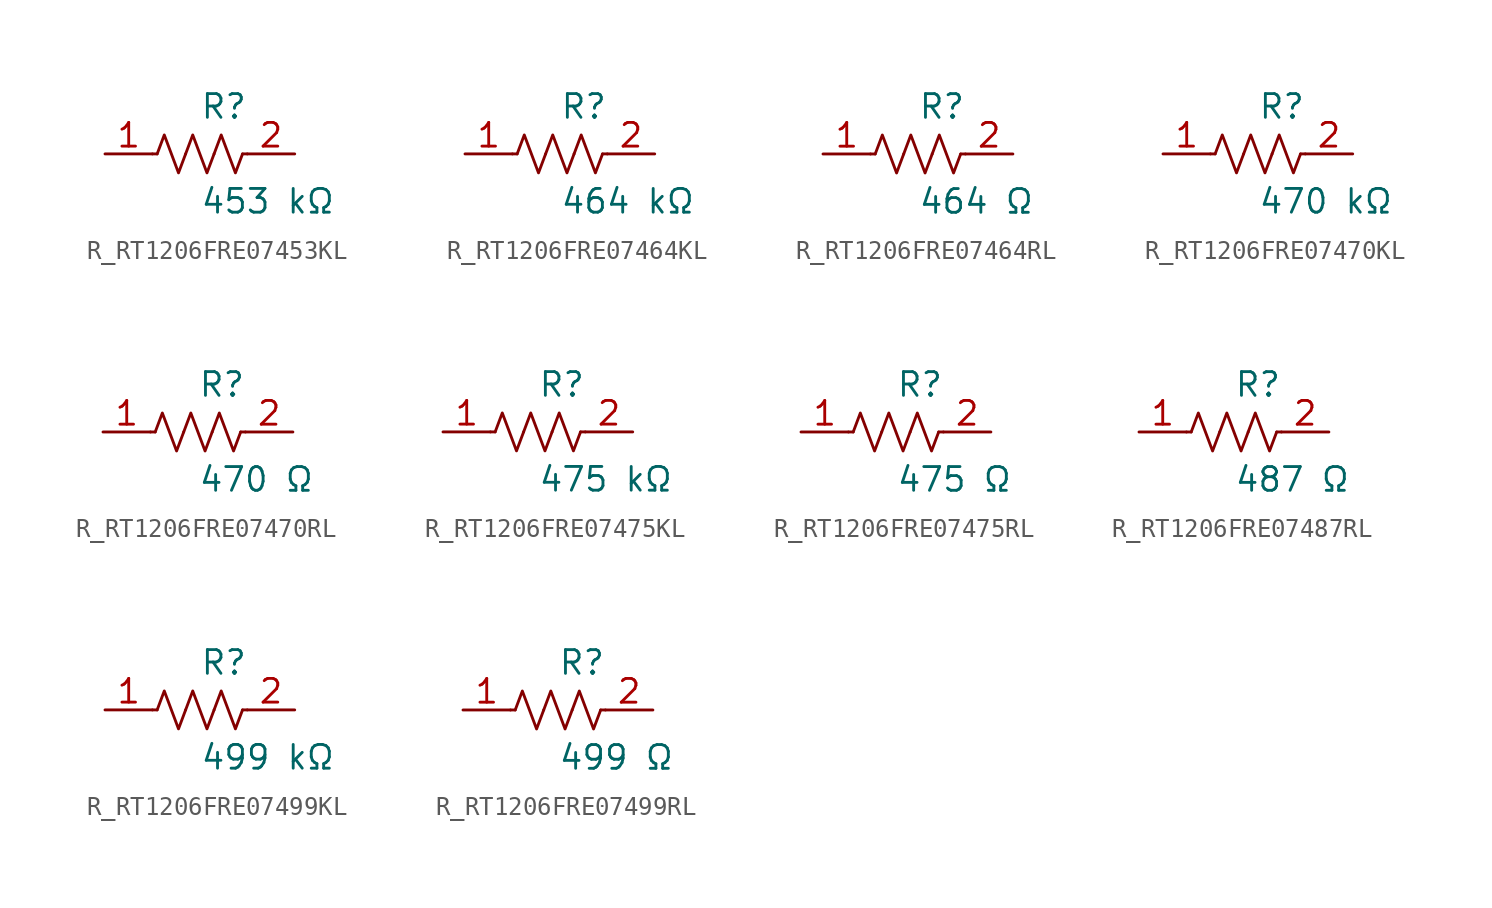
<source format=kicad_sym>
(kicad_symbol_lib
  (version 20231120)
  (generator kicad_symbol_editor)
  (generator_version 8.0)
  (symbol "R_RT1206FRE07453KL"
    (pin_names
      (offset 0.254))
    (property "Reference" "R"
      (at 0 2.54 0)
      (effects (font (size 1.27 1.27)) (justify left)))
    (property "Value" "453 kΩ"
      (at 0 -2.54 0)
      (effects (font (size 1.27 1.27)) (justify left)))
    (symbol "R_RT1206FRE07453KL_0_1"
      (polyline (pts (xy 2.286 0) (xy 2.54 0)) (stroke (width 0) (type default)) (fill (type none)))
      (polyline (pts (xy -2.286 0) (xy -2.54 0)) (stroke (width 0) (type default)) (fill (type none)))
      (polyline (pts (xy 0.762 0) (xy 1.143 1.016) (xy 1.524 0) (xy 1.905 -1.016) (xy 2.286 0)) (stroke (width 0) (type default)) (fill (type none)))
      (polyline (pts (xy -0.762 0) (xy -0.381 1.016) (xy 0 0) (xy 0.381 -1.016) (xy 0.762 0)) (stroke (width 0) (type default)) (fill (type none)))
      (polyline (pts (xy -2.286 0) (xy -1.905 1.016) (xy -1.524 0) (xy -1.143 -1.016) (xy -0.762 0)) (stroke (width 0) (type default)) (fill (type none))))
    (pin unspecified line
      (at -5.08 0 0)
      (length 2.54)
      (name "" (effects (font (size 1.27 1.27))))
      (number "1" (effects (font (size 1.27 1.27)))))
    (pin unspecified line
      (at 5.08 0 180)
      (length 2.54)
      (name "" (effects (font (size 1.27 1.27))))
      (number "2" (effects (font (size 1.27 1.27))))))
  (symbol "R_RT1206FRE07464KL"
    (pin_names
      (offset 0.254))
    (property "Reference" "R"
      (at 0 2.54 0)
      (effects (font (size 1.27 1.27)) (justify left)))
    (property "Value" "464 kΩ"
      (at 0 -2.54 0)
      (effects (font (size 1.27 1.27)) (justify left)))
    (symbol "R_RT1206FRE07464KL_0_1"
      (polyline (pts (xy 2.286 0) (xy 2.54 0)) (stroke (width 0) (type default)) (fill (type none)))
      (polyline (pts (xy -2.286 0) (xy -2.54 0)) (stroke (width 0) (type default)) (fill (type none)))
      (polyline (pts (xy 0.762 0) (xy 1.143 1.016) (xy 1.524 0) (xy 1.905 -1.016) (xy 2.286 0)) (stroke (width 0) (type default)) (fill (type none)))
      (polyline (pts (xy -0.762 0) (xy -0.381 1.016) (xy 0 0) (xy 0.381 -1.016) (xy 0.762 0)) (stroke (width 0) (type default)) (fill (type none)))
      (polyline (pts (xy -2.286 0) (xy -1.905 1.016) (xy -1.524 0) (xy -1.143 -1.016) (xy -0.762 0)) (stroke (width 0) (type default)) (fill (type none))))
    (pin unspecified line
      (at -5.08 0 0)
      (length 2.54)
      (name "" (effects (font (size 1.27 1.27))))
      (number "1" (effects (font (size 1.27 1.27)))))
    (pin unspecified line
      (at 5.08 0 180)
      (length 2.54)
      (name "" (effects (font (size 1.27 1.27))))
      (number "2" (effects (font (size 1.27 1.27))))))
  (symbol "R_RT1206FRE07464RL"
    (pin_names
      (offset 0.254))
    (property "Reference" "R"
      (at 0 2.54 0)
      (effects (font (size 1.27 1.27)) (justify left)))
    (property "Value" "464 Ω"
      (at 0 -2.54 0)
      (effects (font (size 1.27 1.27)) (justify left)))
    (symbol "R_RT1206FRE07464RL_0_1"
      (polyline (pts (xy 2.286 0) (xy 2.54 0)) (stroke (width 0) (type default)) (fill (type none)))
      (polyline (pts (xy -2.286 0) (xy -2.54 0)) (stroke (width 0) (type default)) (fill (type none)))
      (polyline (pts (xy 0.762 0) (xy 1.143 1.016) (xy 1.524 0) (xy 1.905 -1.016) (xy 2.286 0)) (stroke (width 0) (type default)) (fill (type none)))
      (polyline (pts (xy -0.762 0) (xy -0.381 1.016) (xy 0 0) (xy 0.381 -1.016) (xy 0.762 0)) (stroke (width 0) (type default)) (fill (type none)))
      (polyline (pts (xy -2.286 0) (xy -1.905 1.016) (xy -1.524 0) (xy -1.143 -1.016) (xy -0.762 0)) (stroke (width 0) (type default)) (fill (type none))))
    (pin unspecified line
      (at -5.08 0 0)
      (length 2.54)
      (name "" (effects (font (size 1.27 1.27))))
      (number "1" (effects (font (size 1.27 1.27)))))
    (pin unspecified line
      (at 5.08 0 180)
      (length 2.54)
      (name "" (effects (font (size 1.27 1.27))))
      (number "2" (effects (font (size 1.27 1.27))))))
  (symbol "R_RT1206FRE07470KL"
    (pin_names
      (offset 0.254))
    (property "Reference" "R"
      (at 0 2.54 0)
      (effects (font (size 1.27 1.27)) (justify left)))
    (property "Value" "470 kΩ"
      (at 0 -2.54 0)
      (effects (font (size 1.27 1.27)) (justify left)))
    (symbol "R_RT1206FRE07470KL_0_1"
      (polyline (pts (xy 2.286 0) (xy 2.54 0)) (stroke (width 0) (type default)) (fill (type none)))
      (polyline (pts (xy -2.286 0) (xy -2.54 0)) (stroke (width 0) (type default)) (fill (type none)))
      (polyline (pts (xy 0.762 0) (xy 1.143 1.016) (xy 1.524 0) (xy 1.905 -1.016) (xy 2.286 0)) (stroke (width 0) (type default)) (fill (type none)))
      (polyline (pts (xy -0.762 0) (xy -0.381 1.016) (xy 0 0) (xy 0.381 -1.016) (xy 0.762 0)) (stroke (width 0) (type default)) (fill (type none)))
      (polyline (pts (xy -2.286 0) (xy -1.905 1.016) (xy -1.524 0) (xy -1.143 -1.016) (xy -0.762 0)) (stroke (width 0) (type default)) (fill (type none))))
    (pin unspecified line
      (at -5.08 0 0)
      (length 2.54)
      (name "" (effects (font (size 1.27 1.27))))
      (number "1" (effects (font (size 1.27 1.27)))))
    (pin unspecified line
      (at 5.08 0 180)
      (length 2.54)
      (name "" (effects (font (size 1.27 1.27))))
      (number "2" (effects (font (size 1.27 1.27))))))
  (symbol "R_RT1206FRE07470RL"
    (pin_names
      (offset 0.254))
    (property "Reference" "R"
      (at 0 2.54 0)
      (effects (font (size 1.27 1.27)) (justify left)))
    (property "Value" "470 Ω"
      (at 0 -2.54 0)
      (effects (font (size 1.27 1.27)) (justify left)))
    (symbol "R_RT1206FRE07470RL_0_1"
      (polyline (pts (xy 2.286 0) (xy 2.54 0)) (stroke (width 0) (type default)) (fill (type none)))
      (polyline (pts (xy -2.286 0) (xy -2.54 0)) (stroke (width 0) (type default)) (fill (type none)))
      (polyline (pts (xy 0.762 0) (xy 1.143 1.016) (xy 1.524 0) (xy 1.905 -1.016) (xy 2.286 0)) (stroke (width 0) (type default)) (fill (type none)))
      (polyline (pts (xy -0.762 0) (xy -0.381 1.016) (xy 0 0) (xy 0.381 -1.016) (xy 0.762 0)) (stroke (width 0) (type default)) (fill (type none)))
      (polyline (pts (xy -2.286 0) (xy -1.905 1.016) (xy -1.524 0) (xy -1.143 -1.016) (xy -0.762 0)) (stroke (width 0) (type default)) (fill (type none))))
    (pin unspecified line
      (at -5.08 0 0)
      (length 2.54)
      (name "" (effects (font (size 1.27 1.27))))
      (number "1" (effects (font (size 1.27 1.27)))))
    (pin unspecified line
      (at 5.08 0 180)
      (length 2.54)
      (name "" (effects (font (size 1.27 1.27))))
      (number "2" (effects (font (size 1.27 1.27))))))
  (symbol "R_RT1206FRE07475KL"
    (pin_names
      (offset 0.254))
    (property "Reference" "R"
      (at 0 2.54 0)
      (effects (font (size 1.27 1.27)) (justify left)))
    (property "Value" "475 kΩ"
      (at 0 -2.54 0)
      (effects (font (size 1.27 1.27)) (justify left)))
    (symbol "R_RT1206FRE07475KL_0_1"
      (polyline (pts (xy 2.286 0) (xy 2.54 0)) (stroke (width 0) (type default)) (fill (type none)))
      (polyline (pts (xy -2.286 0) (xy -2.54 0)) (stroke (width 0) (type default)) (fill (type none)))
      (polyline (pts (xy 0.762 0) (xy 1.143 1.016) (xy 1.524 0) (xy 1.905 -1.016) (xy 2.286 0)) (stroke (width 0) (type default)) (fill (type none)))
      (polyline (pts (xy -0.762 0) (xy -0.381 1.016) (xy 0 0) (xy 0.381 -1.016) (xy 0.762 0)) (stroke (width 0) (type default)) (fill (type none)))
      (polyline (pts (xy -2.286 0) (xy -1.905 1.016) (xy -1.524 0) (xy -1.143 -1.016) (xy -0.762 0)) (stroke (width 0) (type default)) (fill (type none))))
    (pin unspecified line
      (at -5.08 0 0)
      (length 2.54)
      (name "" (effects (font (size 1.27 1.27))))
      (number "1" (effects (font (size 1.27 1.27)))))
    (pin unspecified line
      (at 5.08 0 180)
      (length 2.54)
      (name "" (effects (font (size 1.27 1.27))))
      (number "2" (effects (font (size 1.27 1.27))))))
  (symbol "R_RT1206FRE07475RL"
    (pin_names
      (offset 0.254))
    (property "Reference" "R"
      (at 0 2.54 0)
      (effects (font (size 1.27 1.27)) (justify left)))
    (property "Value" "475 Ω"
      (at 0 -2.54 0)
      (effects (font (size 1.27 1.27)) (justify left)))
    (symbol "R_RT1206FRE07475RL_0_1"
      (polyline (pts (xy 2.286 0) (xy 2.54 0)) (stroke (width 0) (type default)) (fill (type none)))
      (polyline (pts (xy -2.286 0) (xy -2.54 0)) (stroke (width 0) (type default)) (fill (type none)))
      (polyline (pts (xy 0.762 0) (xy 1.143 1.016) (xy 1.524 0) (xy 1.905 -1.016) (xy 2.286 0)) (stroke (width 0) (type default)) (fill (type none)))
      (polyline (pts (xy -0.762 0) (xy -0.381 1.016) (xy 0 0) (xy 0.381 -1.016) (xy 0.762 0)) (stroke (width 0) (type default)) (fill (type none)))
      (polyline (pts (xy -2.286 0) (xy -1.905 1.016) (xy -1.524 0) (xy -1.143 -1.016) (xy -0.762 0)) (stroke (width 0) (type default)) (fill (type none))))
    (pin unspecified line
      (at -5.08 0 0)
      (length 2.54)
      (name "" (effects (font (size 1.27 1.27))))
      (number "1" (effects (font (size 1.27 1.27)))))
    (pin unspecified line
      (at 5.08 0 180)
      (length 2.54)
      (name "" (effects (font (size 1.27 1.27))))
      (number "2" (effects (font (size 1.27 1.27))))))
  (symbol "R_RT1206FRE07487RL"
    (pin_names
      (offset 0.254))
    (property "Reference" "R"
      (at 0 2.54 0)
      (effects (font (size 1.27 1.27)) (justify left)))
    (property "Value" "487 Ω"
      (at 0 -2.54 0)
      (effects (font (size 1.27 1.27)) (justify left)))
    (symbol "R_RT1206FRE07487RL_0_1"
      (polyline (pts (xy 2.286 0) (xy 2.54 0)) (stroke (width 0) (type default)) (fill (type none)))
      (polyline (pts (xy -2.286 0) (xy -2.54 0)) (stroke (width 0) (type default)) (fill (type none)))
      (polyline (pts (xy 0.762 0) (xy 1.143 1.016) (xy 1.524 0) (xy 1.905 -1.016) (xy 2.286 0)) (stroke (width 0) (type default)) (fill (type none)))
      (polyline (pts (xy -0.762 0) (xy -0.381 1.016) (xy 0 0) (xy 0.381 -1.016) (xy 0.762 0)) (stroke (width 0) (type default)) (fill (type none)))
      (polyline (pts (xy -2.286 0) (xy -1.905 1.016) (xy -1.524 0) (xy -1.143 -1.016) (xy -0.762 0)) (stroke (width 0) (type default)) (fill (type none))))
    (pin unspecified line
      (at -5.08 0 0)
      (length 2.54)
      (name "" (effects (font (size 1.27 1.27))))
      (number "1" (effects (font (size 1.27 1.27)))))
    (pin unspecified line
      (at 5.08 0 180)
      (length 2.54)
      (name "" (effects (font (size 1.27 1.27))))
      (number "2" (effects (font (size 1.27 1.27))))))
  (symbol "R_RT1206FRE07499KL"
    (pin_names
      (offset 0.254))
    (property "Reference" "R"
      (at 0 2.54 0)
      (effects (font (size 1.27 1.27)) (justify left)))
    (property "Value" "499 kΩ"
      (at 0 -2.54 0)
      (effects (font (size 1.27 1.27)) (justify left)))
    (symbol "R_RT1206FRE07499KL_0_1"
      (polyline (pts (xy 2.286 0) (xy 2.54 0)) (stroke (width 0) (type default)) (fill (type none)))
      (polyline (pts (xy -2.286 0) (xy -2.54 0)) (stroke (width 0) (type default)) (fill (type none)))
      (polyline (pts (xy 0.762 0) (xy 1.143 1.016) (xy 1.524 0) (xy 1.905 -1.016) (xy 2.286 0)) (stroke (width 0) (type default)) (fill (type none)))
      (polyline (pts (xy -0.762 0) (xy -0.381 1.016) (xy 0 0) (xy 0.381 -1.016) (xy 0.762 0)) (stroke (width 0) (type default)) (fill (type none)))
      (polyline (pts (xy -2.286 0) (xy -1.905 1.016) (xy -1.524 0) (xy -1.143 -1.016) (xy -0.762 0)) (stroke (width 0) (type default)) (fill (type none))))
    (pin unspecified line
      (at -5.08 0 0)
      (length 2.54)
      (name "" (effects (font (size 1.27 1.27))))
      (number "1" (effects (font (size 1.27 1.27)))))
    (pin unspecified line
      (at 5.08 0 180)
      (length 2.54)
      (name "" (effects (font (size 1.27 1.27))))
      (number "2" (effects (font (size 1.27 1.27))))))
  (symbol "R_RT1206FRE07499RL"
    (pin_names
      (offset 0.254))
    (property "Reference" "R"
      (at 0 2.54 0)
      (effects (font (size 1.27 1.27)) (justify left)))
    (property "Value" "499 Ω"
      (at 0 -2.54 0)
      (effects (font (size 1.27 1.27)) (justify left)))
    (symbol "R_RT1206FRE07499RL_0_1"
      (polyline (pts (xy 2.286 0) (xy 2.54 0)) (stroke (width 0) (type default)) (fill (type none)))
      (polyline (pts (xy -2.286 0) (xy -2.54 0)) (stroke (width 0) (type default)) (fill (type none)))
      (polyline (pts (xy 0.762 0) (xy 1.143 1.016) (xy 1.524 0) (xy 1.905 -1.016) (xy 2.286 0)) (stroke (width 0) (type default)) (fill (type none)))
      (polyline (pts (xy -0.762 0) (xy -0.381 1.016) (xy 0 0) (xy 0.381 -1.016) (xy 0.762 0)) (stroke (width 0) (type default)) (fill (type none)))
      (polyline (pts (xy -2.286 0) (xy -1.905 1.016) (xy -1.524 0) (xy -1.143 -1.016) (xy -0.762 0)) (stroke (width 0) (type default)) (fill (type none))))
    (pin unspecified line
      (at -5.08 0 0)
      (length 2.54)
      (name "" (effects (font (size 1.27 1.27))))
      (number "1" (effects (font (size 1.27 1.27)))))
    (pin unspecified line
      (at 5.08 0 180)
      (length 2.54)
      (name "" (effects (font (size 1.27 1.27))))
      (number "2" (effects (font (size 1.27 1.27)))))))
</source>
